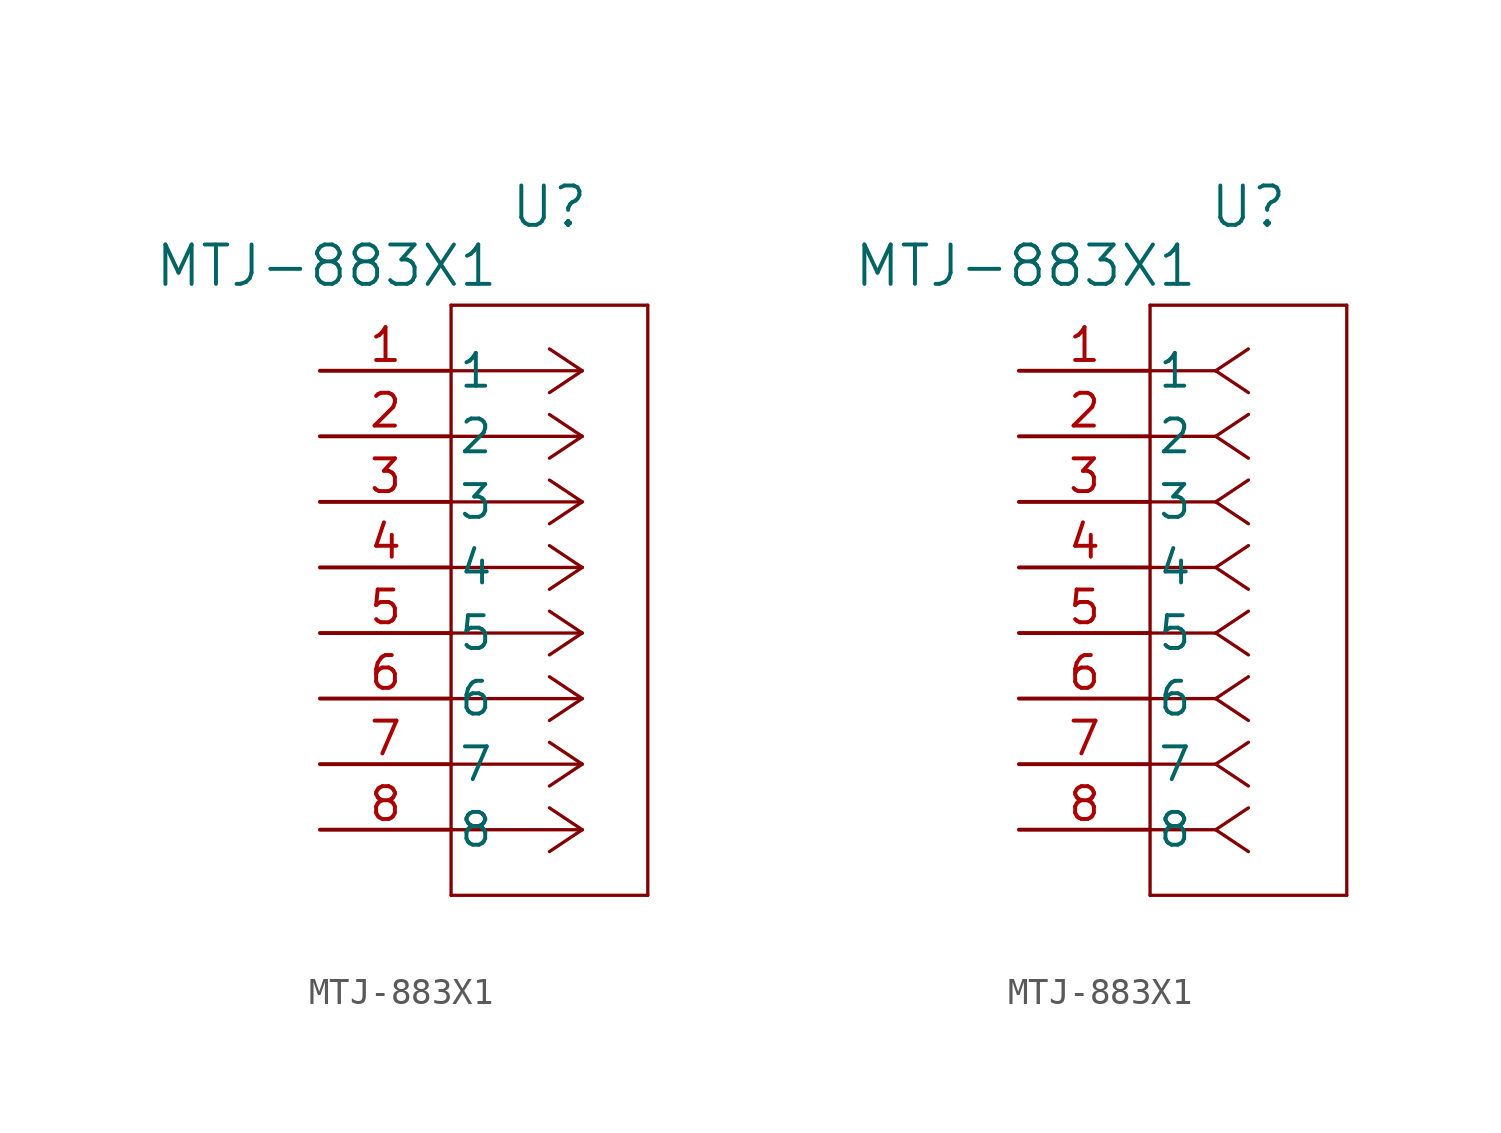
<source format=kicad_sym>
(kicad_symbol_lib
  (version 20241209)
  (generator "kicad_symbol_editor")
  (generator_version "9.0")
  (symbol "MTJ-883X1"
    (pin_names
      (offset 0.254))
    (property "Reference" "U"
      (at 8.89 6.35 0)
      (effects (font (size 1.524 1.524))))
    (property "Value" "MTJ-883X1"
      (at 0.254 4.064 0)
      (effects (font (size 1.524 1.524))))
    (property "ki_locked" ""
      (at 0 0 0)
      (effects (font (size 1.27 1.27))))
    (symbol "MTJ-883X1_1_1"
      (polyline (pts (xy 5.08 2.54) (xy 5.08 -20.32)) (stroke (width 0.127) (type default)) (fill (type none)))
      (polyline (pts (xy 5.08 -20.32) (xy 12.7 -20.32)) (stroke (width 0.127) (type default)) (fill (type none)))
      (polyline (pts (xy 10.16 0) (xy 5.08 0)) (stroke (width 0.127) (type default)) (fill (type none)))
      (polyline (pts (xy 10.16 0) (xy 8.89 0.847)) (stroke (width 0.127) (type default)) (fill (type none)))
      (polyline (pts (xy 10.16 0) (xy 8.89 -0.847)) (stroke (width 0.127) (type default)) (fill (type none)))
      (polyline (pts (xy 10.16 -2.54) (xy 5.08 -2.54)) (stroke (width 0.127) (type default)) (fill (type none)))
      (polyline (pts (xy 10.16 -2.54) (xy 8.89 -1.693)) (stroke (width 0.127) (type default)) (fill (type none)))
      (polyline (pts (xy 10.16 -2.54) (xy 8.89 -3.387)) (stroke (width 0.127) (type default)) (fill (type none)))
      (polyline (pts (xy 10.16 -5.08) (xy 5.08 -5.08)) (stroke (width 0.127) (type default)) (fill (type none)))
      (polyline (pts (xy 10.16 -5.08) (xy 8.89 -4.233)) (stroke (width 0.127) (type default)) (fill (type none)))
      (polyline (pts (xy 10.16 -5.08) (xy 8.89 -5.927)) (stroke (width 0.127) (type default)) (fill (type none)))
      (polyline (pts (xy 10.16 -7.62) (xy 5.08 -7.62)) (stroke (width 0.127) (type default)) (fill (type none)))
      (polyline (pts (xy 10.16 -7.62) (xy 8.89 -6.773)) (stroke (width 0.127) (type default)) (fill (type none)))
      (polyline (pts (xy 10.16 -7.62) (xy 8.89 -8.467)) (stroke (width 0.127) (type default)) (fill (type none)))
      (polyline (pts (xy 10.16 -10.16) (xy 5.08 -10.16)) (stroke (width 0.127) (type default)) (fill (type none)))
      (polyline (pts (xy 10.16 -10.16) (xy 8.89 -9.313)) (stroke (width 0.127) (type default)) (fill (type none)))
      (polyline (pts (xy 10.16 -10.16) (xy 8.89 -11.007)) (stroke (width 0.127) (type default)) (fill (type none)))
      (polyline (pts (xy 10.16 -12.7) (xy 5.08 -12.7)) (stroke (width 0.127) (type default)) (fill (type none)))
      (polyline (pts (xy 10.16 -12.7) (xy 8.89 -11.853)) (stroke (width 0.127) (type default)) (fill (type none)))
      (polyline (pts (xy 10.16 -12.7) (xy 8.89 -13.547)) (stroke (width 0.127) (type default)) (fill (type none)))
      (polyline (pts (xy 10.16 -15.24) (xy 5.08 -15.24)) (stroke (width 0.127) (type default)) (fill (type none)))
      (polyline (pts (xy 10.16 -15.24) (xy 8.89 -14.393)) (stroke (width 0.127) (type default)) (fill (type none)))
      (polyline (pts (xy 10.16 -15.24) (xy 8.89 -16.087)) (stroke (width 0.127) (type default)) (fill (type none)))
      (polyline (pts (xy 10.16 -17.78) (xy 5.08 -17.78)) (stroke (width 0.127) (type default)) (fill (type none)))
      (polyline (pts (xy 10.16 -17.78) (xy 8.89 -16.933)) (stroke (width 0.127) (type default)) (fill (type none)))
      (polyline (pts (xy 10.16 -17.78) (xy 8.89 -18.627)) (stroke (width 0.127) (type default)) (fill (type none)))
      (polyline (pts (xy 12.7 2.54) (xy 5.08 2.54)) (stroke (width 0.127) (type default)) (fill (type none)))
      (polyline (pts (xy 12.7 -20.32) (xy 12.7 2.54)) (stroke (width 0.127) (type default)) (fill (type none)))
      (pin passive line (at 0 0 0) (length 5.08) (name "1" (effects (font (size 1.27 1.27)))) (number "1" (effects (font (size 1.27 1.27)))))
      (pin passive line (at 0 -2.54 0) (length 5.08) (name "2" (effects (font (size 1.27 1.27)))) (number "2" (effects (font (size 1.27 1.27)))))
      (pin passive line (at 0 -5.08 0) (length 5.08) (name "3" (effects (font (size 1.27 1.27)))) (number "3" (effects (font (size 1.27 1.27)))))
      (pin passive line (at 0 -7.62 0) (length 5.08) (name "4" (effects (font (size 1.27 1.27)))) (number "4" (effects (font (size 1.27 1.27)))))
      (pin passive line (at 0 -10.16 0) (length 5.08) (name "5" (effects (font (size 1.27 1.27)))) (number "5" (effects (font (size 1.27 1.27)))))
      (pin passive line (at 0 -12.7 0) (length 5.08) (name "6" (effects (font (size 1.27 1.27)))) (number "6" (effects (font (size 1.27 1.27)))))
      (pin passive line (at 0 -15.24 0) (length 5.08) (name "7" (effects (font (size 1.27 1.27)))) (number "7" (effects (font (size 1.27 1.27)))))
      (pin passive line (at 0 -17.78 0) (length 5.08) (name "8" (effects (font (size 1.27 1.27)))) (number "8" (effects (font (size 1.27 1.27))))))
    (symbol "MTJ-883X1_1_2"
      (polyline (pts (xy 5.08 2.54) (xy 5.08 -20.32)) (stroke (width 0.127) (type default)) (fill (type none)))
      (polyline (pts (xy 5.08 -20.32) (xy 12.7 -20.32)) (stroke (width 0.127) (type default)) (fill (type none)))
      (polyline (pts (xy 7.62 0) (xy 5.08 0)) (stroke (width 0.127) (type default)) (fill (type none)))
      (polyline (pts (xy 7.62 0) (xy 8.89 0.847)) (stroke (width 0.127) (type default)) (fill (type none)))
      (polyline (pts (xy 7.62 0) (xy 8.89 -0.847)) (stroke (width 0.127) (type default)) (fill (type none)))
      (polyline (pts (xy 7.62 -2.54) (xy 5.08 -2.54)) (stroke (width 0.127) (type default)) (fill (type none)))
      (polyline (pts (xy 7.62 -2.54) (xy 8.89 -1.693)) (stroke (width 0.127) (type default)) (fill (type none)))
      (polyline (pts (xy 7.62 -2.54) (xy 8.89 -3.387)) (stroke (width 0.127) (type default)) (fill (type none)))
      (polyline (pts (xy 7.62 -5.08) (xy 5.08 -5.08)) (stroke (width 0.127) (type default)) (fill (type none)))
      (polyline (pts (xy 7.62 -5.08) (xy 8.89 -4.233)) (stroke (width 0.127) (type default)) (fill (type none)))
      (polyline (pts (xy 7.62 -5.08) (xy 8.89 -5.927)) (stroke (width 0.127) (type default)) (fill (type none)))
      (polyline (pts (xy 7.62 -7.62) (xy 5.08 -7.62)) (stroke (width 0.127) (type default)) (fill (type none)))
      (polyline (pts (xy 7.62 -7.62) (xy 8.89 -6.773)) (stroke (width 0.127) (type default)) (fill (type none)))
      (polyline (pts (xy 7.62 -7.62) (xy 8.89 -8.467)) (stroke (width 0.127) (type default)) (fill (type none)))
      (polyline (pts (xy 7.62 -10.16) (xy 5.08 -10.16)) (stroke (width 0.127) (type default)) (fill (type none)))
      (polyline (pts (xy 7.62 -10.16) (xy 8.89 -9.313)) (stroke (width 0.127) (type default)) (fill (type none)))
      (polyline (pts (xy 7.62 -10.16) (xy 8.89 -11.007)) (stroke (width 0.127) (type default)) (fill (type none)))
      (polyline (pts (xy 7.62 -12.7) (xy 5.08 -12.7)) (stroke (width 0.127) (type default)) (fill (type none)))
      (polyline (pts (xy 7.62 -12.7) (xy 8.89 -11.853)) (stroke (width 0.127) (type default)) (fill (type none)))
      (polyline (pts (xy 7.62 -12.7) (xy 8.89 -13.547)) (stroke (width 0.127) (type default)) (fill (type none)))
      (polyline (pts (xy 7.62 -15.24) (xy 5.08 -15.24)) (stroke (width 0.127) (type default)) (fill (type none)))
      (polyline (pts (xy 7.62 -15.24) (xy 8.89 -14.393)) (stroke (width 0.127) (type default)) (fill (type none)))
      (polyline (pts (xy 7.62 -15.24) (xy 8.89 -16.087)) (stroke (width 0.127) (type default)) (fill (type none)))
      (polyline (pts (xy 7.62 -17.78) (xy 5.08 -17.78)) (stroke (width 0.127) (type default)) (fill (type none)))
      (polyline (pts (xy 7.62 -17.78) (xy 8.89 -16.933)) (stroke (width 0.127) (type default)) (fill (type none)))
      (polyline (pts (xy 7.62 -17.78) (xy 8.89 -18.627)) (stroke (width 0.127) (type default)) (fill (type none)))
      (polyline (pts (xy 12.7 2.54) (xy 5.08 2.54)) (stroke (width 0.127) (type default)) (fill (type none)))
      (polyline (pts (xy 12.7 -20.32) (xy 12.7 2.54)) (stroke (width 0.127) (type default)) (fill (type none)))
      (pin unspecified line (at 0 0 0) (length 5.08) (name "1" (effects (font (size 1.27 1.27)))) (number "1" (effects (font (size 1.27 1.27)))))
      (pin unspecified line (at 0 -2.54 0) (length 5.08) (name "2" (effects (font (size 1.27 1.27)))) (number "2" (effects (font (size 1.27 1.27)))))
      (pin unspecified line (at 0 -5.08 0) (length 5.08) (name "3" (effects (font (size 1.27 1.27)))) (number "3" (effects (font (size 1.27 1.27)))))
      (pin unspecified line (at 0 -7.62 0) (length 5.08) (name "4" (effects (font (size 1.27 1.27)))) (number "4" (effects (font (size 1.27 1.27)))))
      (pin unspecified line (at 0 -10.16 0) (length 5.08) (name "5" (effects (font (size 1.27 1.27)))) (number "5" (effects (font (size 1.27 1.27)))))
      (pin unspecified line (at 0 -12.7 0) (length 5.08) (name "6" (effects (font (size 1.27 1.27)))) (number "6" (effects (font (size 1.27 1.27)))))
      (pin unspecified line (at 0 -15.24 0) (length 5.08) (name "7" (effects (font (size 1.27 1.27)))) (number "7" (effects (font (size 1.27 1.27)))))
      (pin unspecified line (at 0 -17.78 0) (length 5.08) (name "8" (effects (font (size 1.27 1.27)))) (number "8" (effects (font (size 1.27 1.27))))))))
</source>
